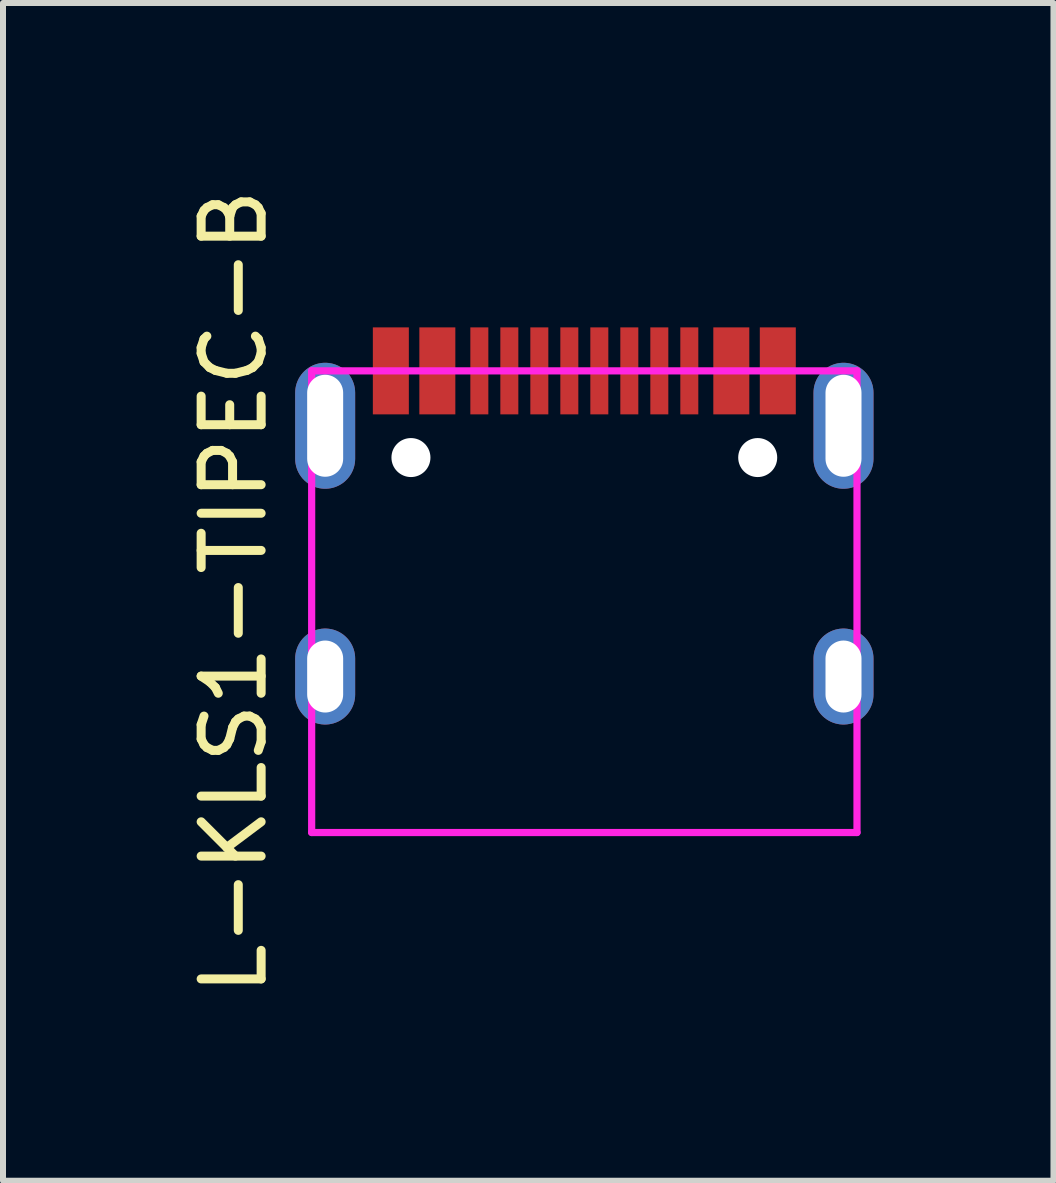
<source format=kicad_pcb>
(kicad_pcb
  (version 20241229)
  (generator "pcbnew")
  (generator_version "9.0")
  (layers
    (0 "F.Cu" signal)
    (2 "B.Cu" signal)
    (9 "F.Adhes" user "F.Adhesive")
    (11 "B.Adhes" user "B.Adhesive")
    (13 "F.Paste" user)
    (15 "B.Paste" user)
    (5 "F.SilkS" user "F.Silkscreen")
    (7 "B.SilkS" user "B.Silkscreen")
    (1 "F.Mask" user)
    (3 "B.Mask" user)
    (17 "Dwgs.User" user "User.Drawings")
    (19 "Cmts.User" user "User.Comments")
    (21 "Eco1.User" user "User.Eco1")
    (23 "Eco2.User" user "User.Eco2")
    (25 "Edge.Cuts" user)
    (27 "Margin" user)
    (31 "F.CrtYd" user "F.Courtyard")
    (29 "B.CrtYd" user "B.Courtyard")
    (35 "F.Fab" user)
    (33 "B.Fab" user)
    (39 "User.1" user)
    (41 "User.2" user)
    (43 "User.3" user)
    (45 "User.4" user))
  (footprint "L-KLS1-TIPEC-B"
    (layer "F.Cu")
    (at 6.69 3.132)
    (property "Reference" "L-KLS1-TIPEC-B" (at -5.842 3.683 90) (layer "F.SilkS") (effects (font (size 1 1) (thickness 0.15))))
    (attr through_hole)
    (fp_line (start -4.545 0) (end -4.545 7.695) (stroke (width 0.12) (type solid)) (layer "F.CrtYd"))
    (fp_line (start 4.545 0) (end -4.545 0) (stroke (width 0.12) (type solid)) (layer "F.CrtYd"))
    (fp_line (start 4.545 0) (end 4.545 7.695) (stroke (width 0.12) (type solid)) (layer "F.CrtYd"))
    (fp_line (start 4.545 7.695) (end -4.545 7.695) (stroke (width 0.12) (type solid)) (layer "F.CrtYd"))
    (pad "" np_thru_hole circle (at -2.89 1.445 0.7) (size 0.65 0.65) (drill 0.65) (layers "*.Cu" "*.Mask"))
    (pad "" np_thru_hole circle (at 2.89 1.445 0.7) (size 0.65 0.65) (drill 0.65) (layers "*.Cu" "*.Mask"))
    (pad "A1" smd rect (at -3.225 0) (size 0.6 1.45) (layers "F.Cu" "F.Mask" "F.Paste"))
    (pad "A4" smd rect (at -2.45 0) (size 0.6 1.45) (layers "F.Cu" "F.Mask" "F.Paste"))
    (pad "A5" smd rect (at -1.25 0) (size 0.3 1.45) (layers "F.Cu" "F.Mask" "F.Paste"))
    (pad "A6" smd rect (at -0.25 0) (size 0.3 1.45) (layers "F.Cu" "F.Mask" "F.Paste"))
    (pad "A7" smd rect (at 0.25 0) (size 0.3 1.45) (layers "F.Cu" "F.Mask" "F.Paste"))
    (pad "A8" smd rect (at 1.25 0) (size 0.3 1.45) (layers "F.Cu" "F.Mask" "F.Paste"))
    (pad "A9" smd rect (at 2.45 0) (size 0.6 1.45) (layers "F.Cu" "F.Mask" "F.Paste"))
    (pad "A12" smd rect (at 3.225 0) (size 0.6 1.45) (layers "F.Cu" "F.Mask" "F.Paste"))
    (pad "B5" smd rect (at 1.75 0) (size 0.3 1.45) (layers "F.Cu" "F.Mask" "F.Paste"))
    (pad "B6" smd rect (at 0.75 0) (size 0.3 1.45) (layers "F.Cu" "F.Mask" "F.Paste"))
    (pad "B7" smd rect (at -0.75 0) (size 0.3 1.45) (layers "F.Cu" "F.Mask" "F.Paste"))
    (pad "B8" smd rect (at -1.75 0) (size 0.3 1.45) (layers "F.Cu" "F.Mask" "F.Paste"))
    (pad "S1" thru_hole oval (at -4.32 0.915) (size 1 2.1) (drill oval 0.6 1.7) (layers "*.Cu" "*.Mask"))
    (pad "S1" thru_hole oval (at -4.32 5.095) (size 1 1.6) (drill oval 0.6 1.2) (layers "*.Cu" "*.Mask"))
    (pad "S1" thru_hole oval (at 4.32 0.915) (size 1 2.1) (drill oval 0.6 1.7) (layers "*.Cu" "*.Mask"))
    (pad "S1" thru_hole oval (at 4.32 5.095) (size 1 1.6) (drill oval 0.6 1.2) (layers "*.Cu" "*.Mask")))
  (gr_rect
    (start -3 -3)
    (end 14.51 16.631)
    (stroke (width 0.1) (type default))
    (fill no)
    (layer "Edge.Cuts")))
</source>
